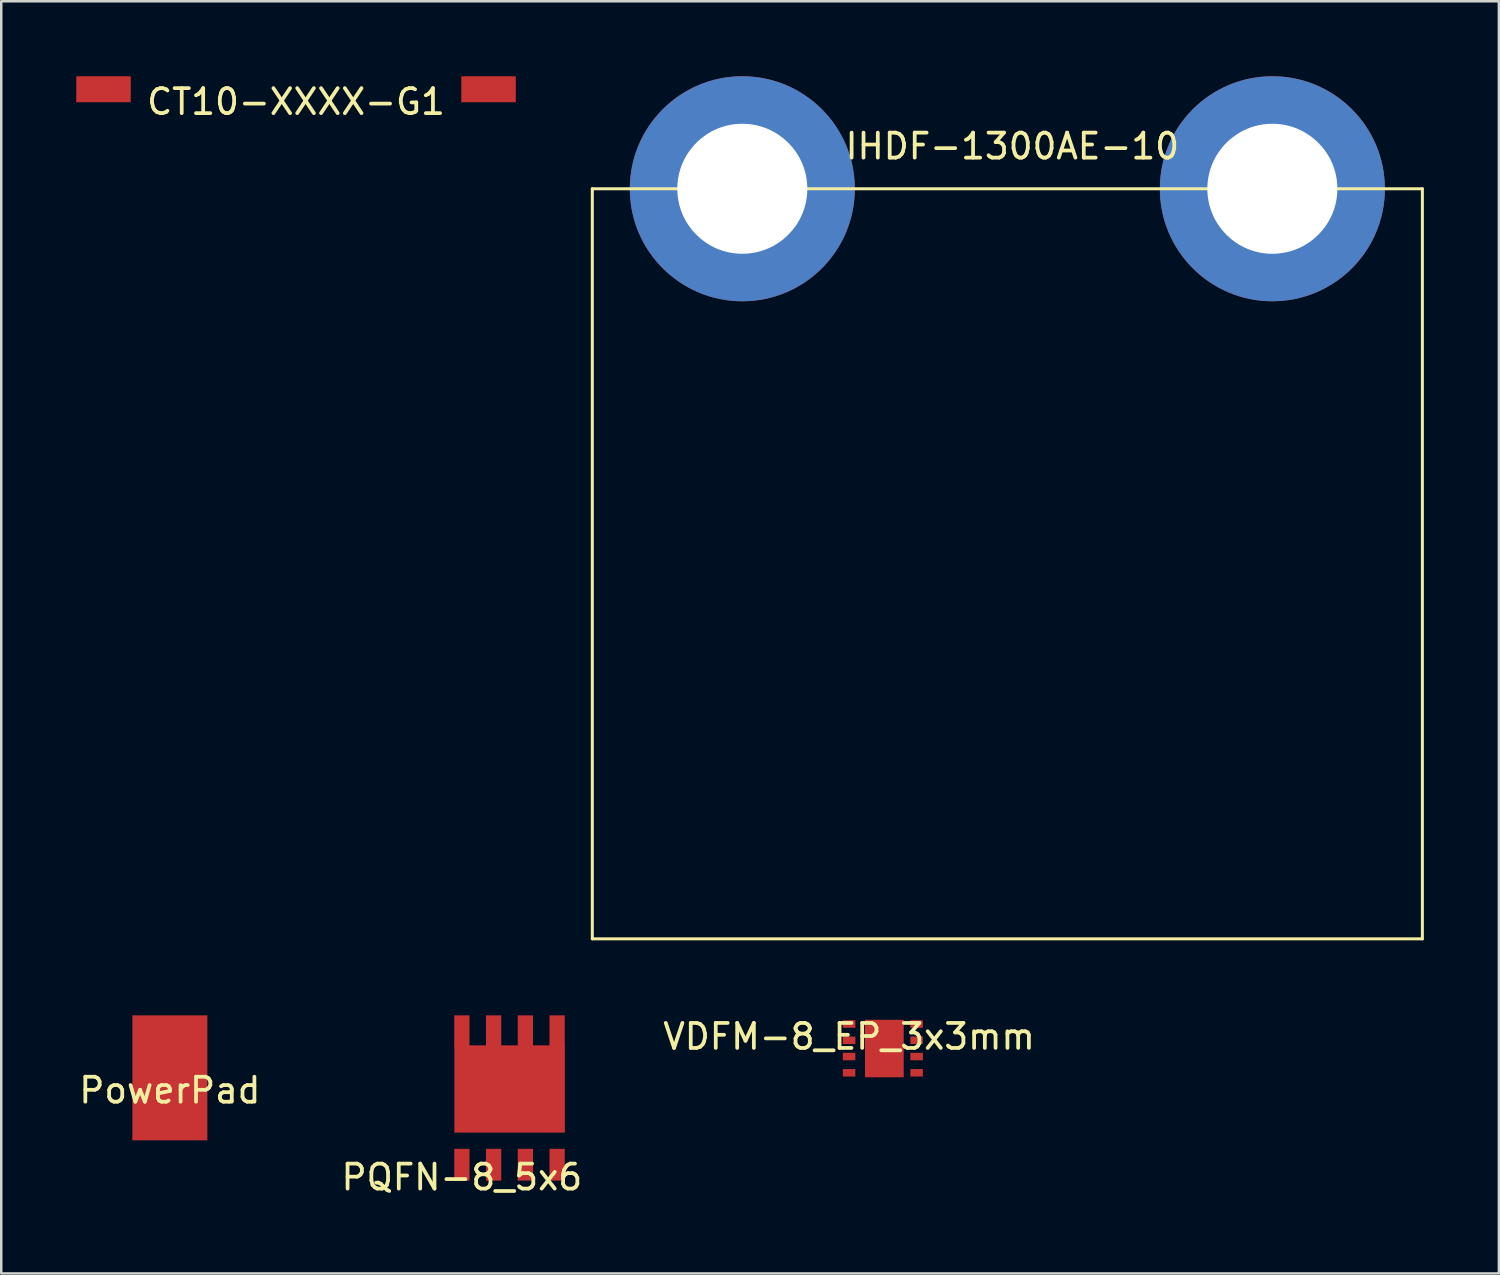
<source format=kicad_pcb>
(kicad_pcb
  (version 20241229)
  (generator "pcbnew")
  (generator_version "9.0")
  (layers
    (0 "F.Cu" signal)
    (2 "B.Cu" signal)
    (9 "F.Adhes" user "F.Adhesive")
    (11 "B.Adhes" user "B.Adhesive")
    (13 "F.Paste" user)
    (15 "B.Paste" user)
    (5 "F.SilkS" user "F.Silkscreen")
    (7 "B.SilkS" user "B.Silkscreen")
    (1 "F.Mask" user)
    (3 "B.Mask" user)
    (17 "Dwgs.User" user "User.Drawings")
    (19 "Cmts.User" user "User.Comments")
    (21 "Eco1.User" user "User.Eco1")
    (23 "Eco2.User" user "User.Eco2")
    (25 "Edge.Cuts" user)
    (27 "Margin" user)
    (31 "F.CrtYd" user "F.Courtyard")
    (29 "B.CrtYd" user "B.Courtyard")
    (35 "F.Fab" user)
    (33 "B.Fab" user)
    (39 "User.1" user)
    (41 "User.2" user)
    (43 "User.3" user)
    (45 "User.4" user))
  (footprint "PQFN-8_5x6"
    (layer "F.Cu")
    (at 17.333 40.235)
    (property "Reference" "PQFN-8_5x6" (at -1.91 3.8 0) (layer "F.SilkS") (effects (font (size 1 1) (thickness 0.15))))
    (attr through_hole)
    (pad "1" smd rect (at -1.91 3.3) (size 0.61 1.27) (layers "F.Cu" "F.Mask" "F.Paste"))
    (pad "1" smd rect (at -0.64 3.3) (size 0.61 1.27) (layers "F.Cu" "F.Mask" "F.Paste"))
    (pad "1" smd rect (at 0.63 3.3) (size 0.61 1.27) (layers "F.Cu" "F.Mask" "F.Paste"))
    (pad "2" smd rect (at 1.9 3.3) (size 0.61 1.27) (layers "F.Cu" "F.Mask" "F.Paste"))
    (pad "3" smd rect (at -1.91 -2.04) (size 0.61 1.27) (layers "F.Cu" "F.Mask" "F.Paste"))
    (pad "3" smd rect (at -0.64 -2.04) (size 0.61 1.27) (layers "F.Cu" "F.Mask" "F.Paste"))
    (pad "3" smd rect (at 0 0.27) (size 4.42 3.49) (layers "F.Cu" "F.Mask" "F.Paste"))
    (pad "3" smd rect (at 0.63 -2.04) (size 0.61 1.27) (layers "F.Cu" "F.Mask" "F.Paste"))
    (pad "3" smd rect (at 1.9 -2.04) (size 0.61 1.27) (layers "F.Cu" "F.Mask" "F.Paste")))
  (footprint "VDFM-8_EP_3x3mm"
    (layer "F.Cu")
    (at 32.321 38.888)
    (property "Reference" "VDFM-8_EP_3x3mm" (at -1.41 -0.48 0) (layer "F.SilkS") (effects (font (size 1 1) (thickness 0.15))))
    (attr through_hole)
    (pad "1" smd rect (at -1.41 -0.98) (size 0.5 0.3) (layers "F.Cu" "F.Mask" "F.Paste"))
    (pad "2" smd rect (at -1.41 -0.33) (size 0.5 0.3) (layers "F.Cu" "F.Mask" "F.Paste"))
    (pad "3" smd rect (at -1.41 0.32) (size 0.5 0.3) (layers "F.Cu" "F.Mask" "F.Paste"))
    (pad "4" smd rect (at -1.41 0.97) (size 0.5 0.3) (layers "F.Cu" "F.Mask" "F.Paste"))
    (pad "5" smd rect (at 1.29 -0.98) (size 0.5 0.3) (layers "F.Cu" "F.Mask" "F.Paste"))
    (pad "6" smd rect (at 1.29 -0.33) (size 0.5 0.3) (layers "F.Cu" "F.Mask" "F.Paste"))
    (pad "7" smd rect (at 1.29 0.32) (size 0.5 0.3) (layers "F.Cu" "F.Mask" "F.Paste"))
    (pad "8" smd rect (at 1.29 0.97) (size 0.5 0.3) (layers "F.Cu" "F.Mask" "F.Paste"))
    (pad "9" smd rect (at 0 0) (size 1.55 2.3) (layers "F.Cu" "F.Mask" "F.Paste")))
  (footprint "CT10-XXXX-G1"
    (layer "F.Cu")
    (at 8.79 0.52)
    (property "Reference" "CT10-XXXX-G1" (at 0 0.5 0) (layer "F.SilkS") (effects (font (size 1 1) (thickness 0.15))))
    (attr through_hole)
    (pad "1" smd rect (at -7.7 0) (size 2.18 1.04) (layers "F.Cu" "F.Mask" "F.Paste"))
    (pad "2" smd rect (at 7.7 0) (size 2.18 1.04) (layers "F.Cu" "F.Mask" "F.Paste")))
  (footprint "PowerPad"
    (layer "F.Cu")
    (at 3.744 40.06)
    (property "Reference" "PowerPad" (at 0 0.5 0) (layer "F.SilkS") (effects (font (size 1 1) (thickness 0.15))))
    (attr through_hole)
    (pad "1" smd rect (at 0 0) (size 3 5) (layers "F.Cu" "F.Mask" "F.Paste")))
  (footprint "IHDF-1300AE-10"
    (layer "F.Cu")
    (at 37.24 4.5)
    (property "Reference" "IHDF-1300AE-10" (at 0.2 -1.7 0) (layer "F.SilkS") (effects (font (size 1 1) (thickness 0.15))))
    (attr through_hole)
    (fp_line (start -16.6 0) (end 16.6 0) (stroke (width 0.12) (type solid)) (layer "F.SilkS"))
    (fp_line (start -16.6 30) (end -16.6 0) (stroke (width 0.12) (type solid)) (layer "F.SilkS"))
    (fp_line (start 16.6 0) (end 16.6 30) (stroke (width 0.12) (type solid)) (layer "F.SilkS"))
    (fp_line (start 16.6 30) (end -16.6 30) (stroke (width 0.12) (type solid)) (layer "F.SilkS"))
    (pad "1" thru_hole circle (at -10.6 0) (size 9 9) (drill 5.2) (layers "*.Cu" "*.Mask"))
    (pad "2" thru_hole circle (at 10.6 0) (size 9 9) (drill 5.2) (layers "*.Cu" "*.Mask")))
  (gr_rect
    (start -3 -3)
    (end 56.9 47.883)
    (stroke (width 0.1) (type default))
    (fill no)
    (layer "Edge.Cuts")))
</source>
